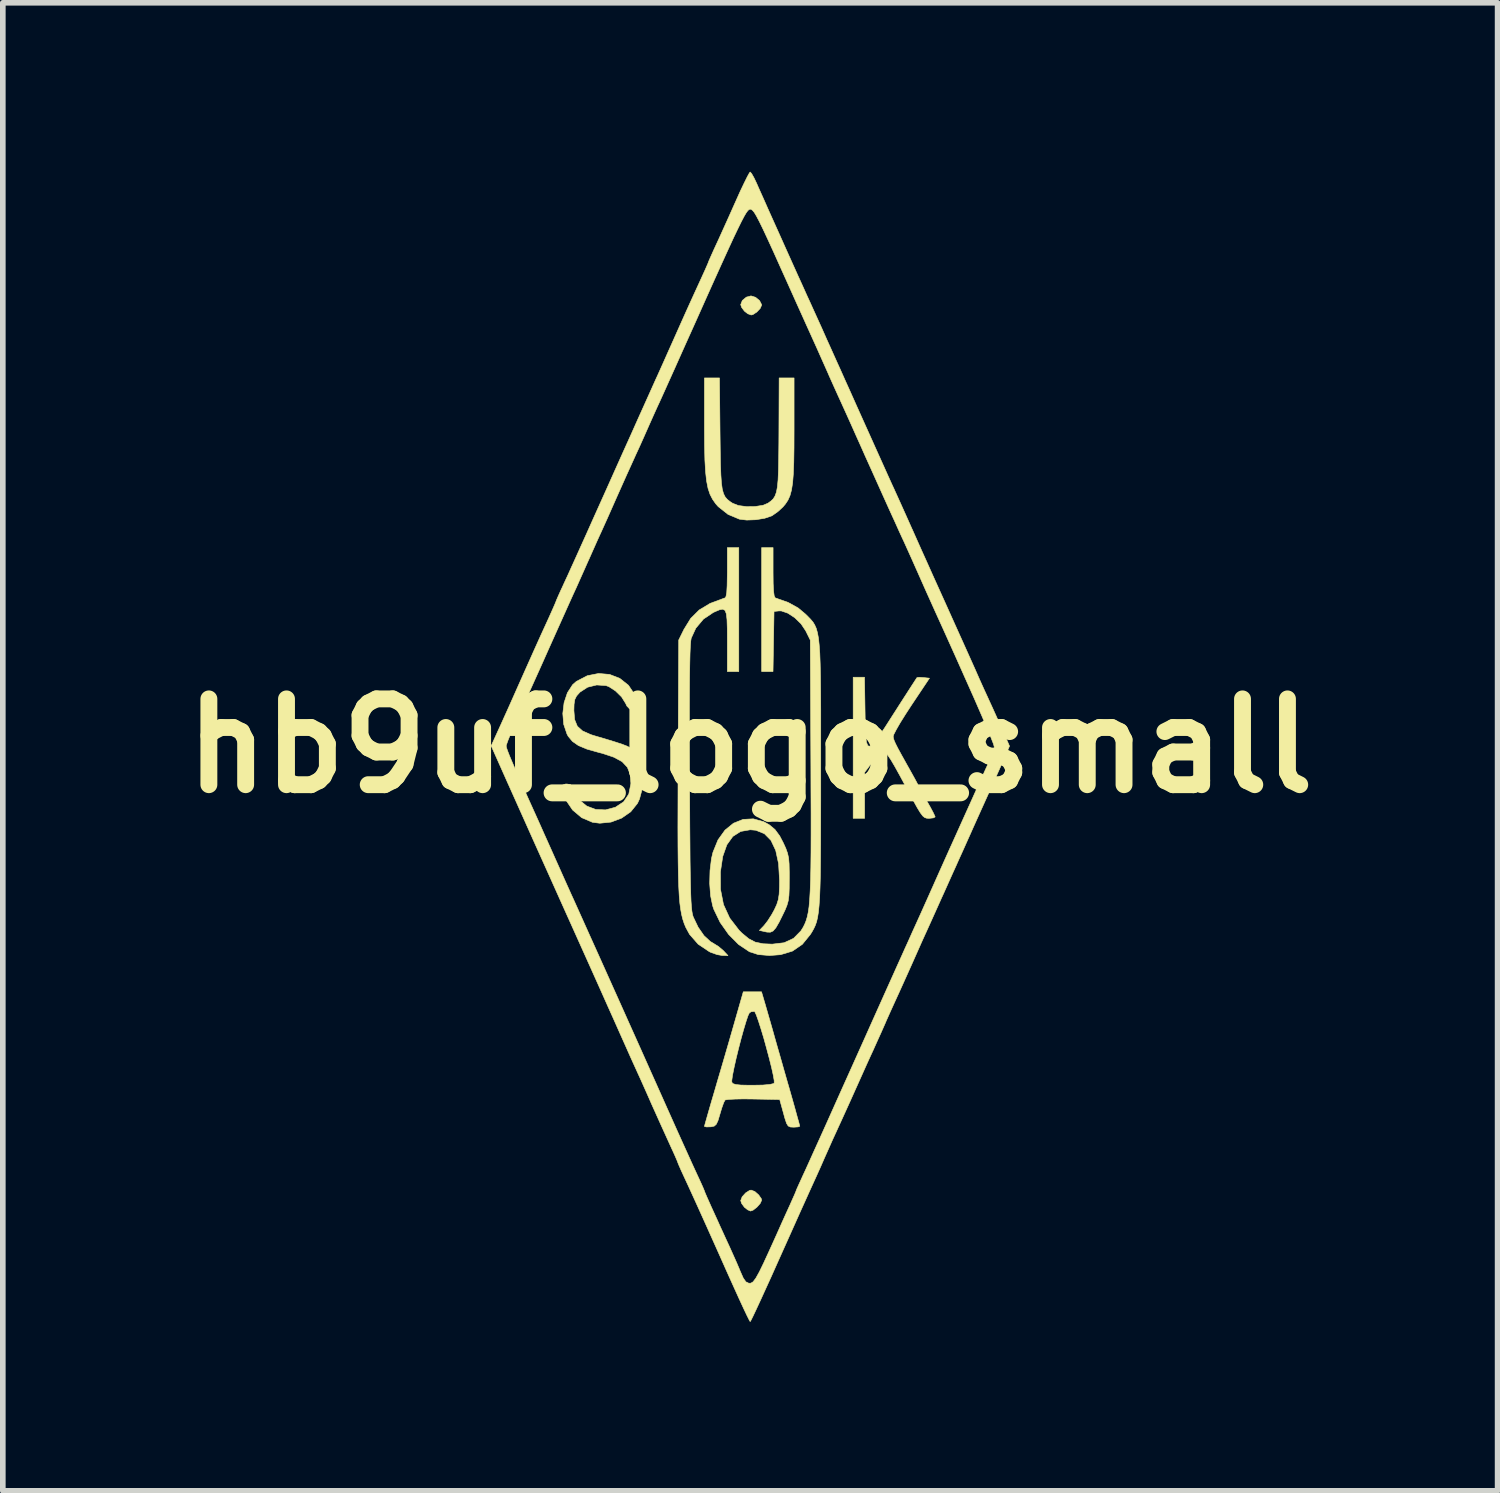
<source format=kicad_pcb>
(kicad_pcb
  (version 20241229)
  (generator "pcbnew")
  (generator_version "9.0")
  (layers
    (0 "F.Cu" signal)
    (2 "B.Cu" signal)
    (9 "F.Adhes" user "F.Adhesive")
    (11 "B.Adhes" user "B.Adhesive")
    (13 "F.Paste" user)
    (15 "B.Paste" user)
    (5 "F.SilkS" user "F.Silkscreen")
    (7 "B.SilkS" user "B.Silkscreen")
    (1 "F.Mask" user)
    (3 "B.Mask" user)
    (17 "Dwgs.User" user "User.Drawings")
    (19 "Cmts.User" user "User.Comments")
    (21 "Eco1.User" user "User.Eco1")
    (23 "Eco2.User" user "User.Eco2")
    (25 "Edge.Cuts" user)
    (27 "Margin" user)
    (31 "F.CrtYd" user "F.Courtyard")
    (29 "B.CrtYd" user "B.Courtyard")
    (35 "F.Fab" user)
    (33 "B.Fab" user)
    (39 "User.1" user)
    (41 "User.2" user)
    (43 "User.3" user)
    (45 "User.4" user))
  (footprint "hb9uf_logo_small"
    (layer "F.Cu")
    (at 10.276 10.199)
    (property "Reference" "hb9uf_logo_small" (at 0 0 0) (layer "F.SilkS") (effects (font (size 1.524 1.524) (thickness 0.3))))
    (attr through_hole)
    (fp_poly (pts (xy 0.095 -7.968) (xy 0.166 -7.909) (xy 0.202 -7.839) (xy 0.203 -7.829) (xy 0.177 -7.77) (xy 0.117 -7.706) (xy 0.048 -7.661) (xy 0.017 -7.654) (xy -0.043 -7.676) (xy -0.102 -7.722) (xy -0.152 -7.788) (xy -0.169 -7.838) (xy -0.14 -7.912) (xy -0.068 -7.971) (xy 0.014 -7.993) (xy 0.095 -7.968)) (stroke (width 0.01) (type solid)) (fill yes) (layer "F.SilkS"))
    (fp_poly (pts (xy 0.082 7.916) (xy 0.15 7.976) (xy 0.197 8.043) (xy 0.203 8.071) (xy 0.178 8.127) (xy 0.119 8.194) (xy 0.051 8.247) (xy 0.006 8.263) (xy -0.045 8.241) (xy -0.102 8.196) (xy -0.152 8.129) (xy -0.169 8.077) (xy -0.143 8.01) (xy -0.081 7.941) (xy -0.01 7.896) (xy 0.017 7.891) (xy 0.082 7.916)) (stroke (width 0.01) (type solid)) (fill yes) (layer "F.SilkS"))
    (fp_poly (pts (xy -0.536 -5.544) (xy -0.532 -5.243) (xy -0.528 -5.001) (xy -0.521 -4.812) (xy -0.511 -4.667) (xy -0.496 -4.559) (xy -0.474 -4.48) (xy -0.445 -4.422) (xy -0.407 -4.378) (xy -0.358 -4.339) (xy -0.314 -4.31) (xy -0.209 -4.269) (xy -0.065 -4.25) (xy 0.09 -4.252) (xy 0.229 -4.274) (xy 0.314 -4.31) (xy 0.366 -4.347) (xy 0.408 -4.386) (xy 0.44 -4.437) (xy 0.465 -4.505) (xy 0.483 -4.599) (xy 0.495 -4.726) (xy 0.502 -4.895) (xy 0.506 -5.112) (xy 0.509 -5.385) (xy 0.51 -5.55) (xy 0.514 -6.536) (xy 0.779 -6.536) (xy 0.779 -5.611) (xy 0.778 -5.294) (xy 0.774 -5.037) (xy 0.766 -4.832) (xy 0.753 -4.67) (xy 0.733 -4.543) (xy 0.706 -4.444) (xy 0.67 -4.364) (xy 0.625 -4.296) (xy 0.582 -4.245) (xy 0.492 -4.162) (xy 0.396 -4.094) (xy 0.381 -4.085) (xy 0.257 -4.043) (xy 0.099 -4.017) (xy -0.062 -4.011) (xy -0.192 -4.027) (xy -0.394 -4.112) (xy -0.568 -4.25) (xy -0.613 -4.301) (xy -0.669 -4.381) (xy -0.714 -4.469) (xy -0.749 -4.574) (xy -0.775 -4.706) (xy -0.793 -4.87) (xy -0.805 -5.077) (xy -0.811 -5.335) (xy -0.813 -5.651) (xy -0.813 -5.68) (xy -0.813 -6.536) (xy -0.546 -6.536) (xy -0.536 -5.544)) (stroke (width 0.01) (type solid)) (fill yes) (layer "F.SilkS"))
    (fp_poly (pts (xy 2.04 -0.601) (xy 2.044 -0.365) (xy 2.051 -0.186) (xy 2.065 -0.064) (xy 2.091 -0.000455) (xy 2.132 0.006) (xy 2.192 -0.045) (xy 2.275 -0.153) (xy 2.387 -0.318) (xy 2.529 -0.54) (xy 2.563 -0.593) (xy 2.678 -0.773) (xy 2.781 -0.933) (xy 2.866 -1.065) (xy 2.927 -1.159) (xy 2.959 -1.208) (xy 2.963 -1.213) (xy 3 -1.218) (xy 3.076 -1.213) (xy 3.079 -1.213) (xy 3.184 -1.202) (xy 2.862 -0.72) (xy 2.756 -0.557) (xy 2.664 -0.41) (xy 2.594 -0.288) (xy 2.551 -0.204) (xy 2.54 -0.171) (xy 2.543 -0.14) (xy 2.555 -0.1) (xy 2.58 -0.042) (xy 2.623 0.043) (xy 2.689 0.164) (xy 2.781 0.329) (xy 2.85 0.452) (xy 2.911 0.562) (xy 2.957 0.646) (xy 2.979 0.69) (xy 2.98 0.693) (xy 2.996 0.725) (xy 3.038 0.802) (xy 3.098 0.91) (xy 3.132 0.97) (xy 3.2 1.09) (xy 3.252 1.188) (xy 3.281 1.25) (xy 3.285 1.262) (xy 3.255 1.279) (xy 3.183 1.287) (xy 3.175 1.287) (xy 3.134 1.285) (xy 3.099 1.273) (xy 3.064 1.244) (xy 3.022 1.188) (xy 2.967 1.098) (xy 2.894 0.966) (xy 2.796 0.784) (xy 2.78 0.754) (xy 2.663 0.536) (xy 2.572 0.372) (xy 2.503 0.254) (xy 2.45 0.175) (xy 2.41 0.128) (xy 2.377 0.106) (xy 2.353 0.102) (xy 2.313 0.127) (xy 2.248 0.193) (xy 2.172 0.286) (xy 2.172 0.286) (xy 2.032 0.471) (xy 2.032 1.287) (xy 1.829 1.287) (xy 1.829 -1.219) (xy 2.03 -1.219) (xy 2.04 -0.601)) (stroke (width 0.01) (type solid)) (fill yes) (layer "F.SilkS"))
    (fp_poly (pts (xy -0.203 -1.321) (xy -0.406 -1.321) (xy -0.406 -1.864) (xy -0.407 -2.082) (xy -0.412 -2.241) (xy -0.424 -2.346) (xy -0.447 -2.406) (xy -0.485 -2.428) (xy -0.541 -2.419) (xy -0.62 -2.386) (xy -0.657 -2.369) (xy -0.83 -2.253) (xy -0.966 -2.091) (xy -1.048 -1.913) (xy -1.056 -1.864) (xy -1.063 -1.774) (xy -1.069 -1.642) (xy -1.073 -1.463) (xy -1.077 -1.235) (xy -1.079 -0.954) (xy -1.08 -0.617) (xy -1.08 -0.221) (xy -1.078 0.238) (xy -1.077 0.559) (xy -1.075 1.019) (xy -1.073 1.417) (xy -1.07 1.756) (xy -1.068 2.043) (xy -1.064 2.282) (xy -1.06 2.477) (xy -1.056 2.635) (xy -1.051 2.759) (xy -1.044 2.855) (xy -1.037 2.927) (xy -1.028 2.981) (xy -1.018 3.021) (xy -1.011 3.041) (xy -0.925 3.221) (xy -0.821 3.371) (xy -0.709 3.475) (xy -0.665 3.501) (xy -0.563 3.564) (xy -0.476 3.638) (xy -0.395 3.725) (xy -0.494 3.724) (xy -0.587 3.708) (xy -0.698 3.669) (xy -0.727 3.655) (xy -0.925 3.522) (xy -1.078 3.347) (xy -1.146 3.221) (xy -1.174 3.152) (xy -1.198 3.079) (xy -1.218 2.999) (xy -1.235 2.906) (xy -1.25 2.794) (xy -1.261 2.658) (xy -1.27 2.494) (xy -1.276 2.296) (xy -1.28 2.059) (xy -1.283 1.778) (xy -1.284 1.447) (xy -1.283 1.062) (xy -1.282 0.618) (xy -1.281 0.339) (xy -1.27 -1.88) (xy -1.176 -2.071) (xy -1.057 -2.264) (xy -0.906 -2.414) (xy -0.712 -2.531) (xy -0.464 -2.623) (xy -0.449 -2.627) (xy -0.43 -2.653) (xy -0.417 -2.724) (xy -0.41 -2.846) (xy -0.407 -3.026) (xy -0.406 -3.081) (xy -0.406 -3.522) (xy -0.203 -3.522) (xy -0.203 -1.321)) (stroke (width 0.01) (type solid)) (fill yes) (layer "F.SilkS"))
    (fp_poly (pts (xy -2.497 -1.269) (xy -2.317 -1.199) (xy -2.163 -1.077) (xy -2.048 -0.906) (xy -2.045 -0.901) (xy -1.991 -0.776) (xy -1.97 -0.699) (xy -1.984 -0.659) (xy -2.033 -0.644) (xy -2.065 -0.643) (xy -2.142 -0.656) (xy -2.191 -0.708) (xy -2.213 -0.755) (xy -2.285 -0.87) (xy -2.393 -0.976) (xy -2.51 -1.052) (xy -2.562 -1.071) (xy -2.727 -1.082) (xy -2.889 -1.042) (xy -3.023 -0.955) (xy -3.027 -0.951) (xy -3.085 -0.886) (xy -3.116 -0.823) (xy -3.129 -0.738) (xy -3.132 -0.629) (xy -3.119 -0.467) (xy -3.071 -0.349) (xy -2.978 -0.265) (xy -2.831 -0.2) (xy -2.781 -0.184) (xy -2.56 -0.119) (xy -2.394 -0.068) (xy -2.275 -0.029) (xy -2.192 0.003) (xy -2.136 0.031) (xy -2.098 0.06) (xy -2.069 0.092) (xy -2.051 0.116) (xy -1.953 0.3) (xy -1.906 0.512) (xy -1.91 0.733) (xy -1.967 0.945) (xy -2.003 1.022) (xy -2.122 1.17) (xy -2.284 1.283) (xy -2.473 1.354) (xy -2.672 1.374) (xy -2.803 1.357) (xy -2.994 1.275) (xy -3.155 1.139) (xy -3.264 0.978) (xy -3.327 0.839) (xy -3.35 0.749) (xy -3.335 0.698) (xy -3.281 0.678) (xy -3.259 0.677) (xy -3.195 0.687) (xy -3.153 0.728) (xy -3.115 0.818) (xy -3.115 0.82) (xy -3.031 0.965) (xy -2.904 1.069) (xy -2.746 1.129) (xy -2.571 1.137) (xy -2.394 1.09) (xy -2.394 1.09) (xy -2.248 0.993) (xy -2.157 0.857) (xy -2.121 0.679) (xy -2.12 0.66) (xy -2.133 0.504) (xy -2.182 0.38) (xy -2.275 0.281) (xy -2.42 0.202) (xy -2.623 0.134) (xy -2.697 0.115) (xy -2.902 0.057) (xy -3.052 -0.006) (xy -3.158 -0.08) (xy -3.234 -0.172) (xy -3.255 -0.211) (xy -3.313 -0.383) (xy -3.329 -0.575) (xy -3.306 -0.767) (xy -3.247 -0.944) (xy -3.155 -1.086) (xy -3.087 -1.146) (xy -2.894 -1.246) (xy -2.693 -1.286) (xy -2.497 -1.269)) (stroke (width 0.01) (type solid)) (fill yes) (layer "F.SilkS"))
    (fp_poly (pts (xy 0.268 4.597) (xy 0.313 4.753) (xy 0.365 4.933) (xy 0.407 5.08) (xy 0.438 5.191) (xy 0.484 5.353) (xy 0.541 5.551) (xy 0.603 5.77) (xy 0.668 5.997) (xy 0.68 6.037) (xy 0.739 6.244) (xy 0.791 6.428) (xy 0.833 6.581) (xy 0.864 6.691) (xy 0.879 6.75) (xy 0.881 6.756) (xy 0.851 6.768) (xy 0.779 6.773) (xy 0.77 6.773) (xy 0.713 6.77) (xy 0.675 6.752) (xy 0.646 6.706) (xy 0.616 6.616) (xy 0.592 6.528) (xy 0.524 6.282) (xy 0.053 6.273) (xy -0.12 6.271) (xy -0.268 6.274) (xy -0.38 6.28) (xy -0.441 6.289) (xy -0.447 6.292) (xy -0.471 6.338) (xy -0.504 6.429) (xy -0.537 6.539) (xy -0.572 6.656) (xy -0.603 6.722) (xy -0.639 6.754) (xy -0.694 6.766) (xy -0.706 6.767) (xy -0.779 6.769) (xy -0.813 6.76) (xy -0.813 6.759) (xy -0.804 6.723) (xy -0.778 6.631) (xy -0.739 6.494) (xy -0.689 6.321) (xy -0.63 6.121) (xy -0.606 6.038) (xy -0.578 5.942) (xy -0.327 5.942) (xy -0.327 5.976) (xy -0.305 6) (xy -0.255 6.016) (xy -0.164 6.025) (xy -0.021 6.028) (xy 0.048 6.028) (xy 0.224 6.025) (xy 0.349 6.014) (xy 0.417 5.998) (xy 0.426 5.991) (xy 0.426 5.945) (xy 0.409 5.848) (xy 0.379 5.712) (xy 0.338 5.549) (xy 0.291 5.373) (xy 0.242 5.195) (xy 0.192 5.029) (xy 0.146 4.886) (xy 0.108 4.779) (xy 0.081 4.722) (xy 0.074 4.716) (xy 0.015 4.723) (xy -0.016 4.745) (xy -0.04 4.795) (xy -0.074 4.896) (xy -0.116 5.036) (xy -0.162 5.201) (xy -0.208 5.379) (xy -0.251 5.555) (xy -0.287 5.716) (xy -0.314 5.85) (xy -0.327 5.942) (xy -0.578 5.942) (xy -0.533 5.79) (xy -0.456 5.527) (xy -0.381 5.269) (xy -0.314 5.036) (xy -0.261 4.851) (xy -0.123 4.369) (xy 0.201 4.369) (xy 0.268 4.597)) (stroke (width 0.01) (type solid)) (fill yes) (layer "F.SilkS"))
    (fp_poly (pts (xy 0.406 -3.081) (xy 0.408 -2.885) (xy 0.415 -2.749) (xy 0.426 -2.666) (xy 0.443 -2.63) (xy 0.449 -2.627) (xy 0.674 -2.548) (xy 0.851 -2.45) (xy 0.984 -2.339) (xy 1.034 -2.289) (xy 1.077 -2.244) (xy 1.115 -2.199) (xy 1.146 -2.148) (xy 1.173 -2.087) (xy 1.194 -2.012) (xy 1.212 -1.916) (xy 1.225 -1.795) (xy 1.236 -1.645) (xy 1.243 -1.459) (xy 1.248 -1.234) (xy 1.251 -0.964) (xy 1.253 -0.645) (xy 1.253 -0.271) (xy 1.253 0.163) (xy 1.253 0.49) (xy 1.253 0.968) (xy 1.252 1.384) (xy 1.251 1.741) (xy 1.249 2.046) (xy 1.246 2.304) (xy 1.24 2.519) (xy 1.233 2.696) (xy 1.223 2.84) (xy 1.211 2.957) (xy 1.196 3.051) (xy 1.178 3.127) (xy 1.155 3.191) (xy 1.129 3.247) (xy 1.099 3.301) (xy 1.069 3.349) (xy 0.926 3.525) (xy 0.751 3.645) (xy 0.54 3.709) (xy 0.343 3.724) (xy 0.142 3.707) (xy -0.014 3.657) (xy -0.016 3.655) (xy -0.206 3.528) (xy -0.383 3.35) (xy -0.534 3.136) (xy -0.646 2.904) (xy -0.667 2.841) (xy -0.704 2.661) (xy -0.72 2.444) (xy -0.714 2.215) (xy -0.688 2.001) (xy -0.662 1.891) (xy -0.572 1.67) (xy -0.448 1.497) (xy -0.297 1.374) (xy -0.127 1.306) (xy 0.054 1.296) (xy 0.24 1.347) (xy 0.342 1.404) (xy 0.44 1.486) (xy 0.524 1.6) (xy 0.587 1.721) (xy 0.633 1.822) (xy 0.663 1.906) (xy 0.682 1.991) (xy 0.691 2.097) (xy 0.694 2.241) (xy 0.694 2.354) (xy 0.693 2.529) (xy 0.688 2.656) (xy 0.676 2.75) (xy 0.653 2.832) (xy 0.618 2.918) (xy 0.588 2.98) (xy 0.513 3.132) (xy 0.455 3.232) (xy 0.406 3.288) (xy 0.358 3.31) (xy 0.299 3.308) (xy 0.274 3.303) (xy 0.163 3.278) (xy 0.248 3.189) (xy 0.311 3.108) (xy 0.383 2.995) (xy 0.428 2.913) (xy 0.472 2.818) (xy 0.499 2.732) (xy 0.514 2.635) (xy 0.52 2.505) (xy 0.521 2.388) (xy 0.504 2.093) (xy 0.453 1.857) (xy 0.369 1.679) (xy 0.252 1.56) (xy 0.1 1.499) (xy 0.001 1.49) (xy -0.17 1.52) (xy -0.309 1.609) (xy -0.415 1.757) (xy -0.488 1.964) (xy -0.528 2.23) (xy -0.529 2.239) (xy -0.528 2.547) (xy -0.475 2.818) (xy -0.365 3.058) (xy -0.198 3.275) (xy -0.148 3.325) (xy -0.028 3.425) (xy 0.089 3.486) (xy 0.228 3.515) (xy 0.392 3.522) (xy 0.602 3.497) (xy 0.77 3.419) (xy 0.9 3.287) (xy 0.939 3.225) (xy 0.967 3.17) (xy 0.991 3.111) (xy 1.012 3.042) (xy 1.03 2.959) (xy 1.045 2.858) (xy 1.056 2.732) (xy 1.065 2.577) (xy 1.072 2.388) (xy 1.077 2.16) (xy 1.08 1.888) (xy 1.081 1.568) (xy 1.081 1.193) (xy 1.079 0.76) (xy 1.078 0.373) (xy 1.067 -1.88) (xy 0.986 -2.044) (xy 0.903 -2.168) (xy 0.791 -2.277) (xy 0.669 -2.357) (xy 0.553 -2.397) (xy 0.508 -2.397) (xy 0.423 -2.388) (xy 0.414 -1.854) (xy 0.405 -1.321) (xy 0.203 -1.321) (xy 0.203 -3.522) (xy 0.406 -3.522) (xy 0.406 -3.081)) (stroke (width 0.01) (type solid)) (fill yes) (layer "F.SilkS"))
    (fp_poly (pts (xy 0.025 -10.165) (xy 0.067 -10.091) (xy 0.111 -9.999) (xy 0.161 -9.885) (xy 0.234 -9.723) (xy 0.322 -9.524) (xy 0.423 -9.299) (xy 0.531 -9.059) (xy 0.64 -8.815) (xy 0.747 -8.577) (xy 0.846 -8.357) (xy 0.933 -8.166) (xy 1.001 -8.014) (xy 1.048 -7.912) (xy 1.05 -7.908) (xy 1.115 -7.764) (xy 1.194 -7.59) (xy 1.273 -7.416) (xy 1.295 -7.366) (xy 1.365 -7.208) (xy 1.437 -7.049) (xy 1.497 -6.915) (xy 1.515 -6.875) (xy 1.55 -6.797) (xy 1.609 -6.667) (xy 1.686 -6.494) (xy 1.779 -6.288) (xy 1.882 -6.057) (xy 1.992 -5.812) (xy 2.032 -5.723) (xy 2.145 -5.472) (xy 2.254 -5.229) (xy 2.355 -5.005) (xy 2.443 -4.809) (xy 2.514 -4.652) (xy 2.564 -4.544) (xy 2.574 -4.521) (xy 2.63 -4.398) (xy 2.704 -4.234) (xy 2.787 -4.049) (xy 2.87 -3.863) (xy 2.879 -3.844) (xy 2.947 -3.691) (xy 3.036 -3.491) (xy 3.142 -3.256) (xy 3.256 -3.001) (xy 3.374 -2.74) (xy 3.472 -2.523) (xy 3.582 -2.278) (xy 3.69 -2.038) (xy 3.791 -1.814) (xy 3.879 -1.618) (xy 3.95 -1.46) (xy 3.997 -1.355) (xy 4.07 -1.189) (xy 4.15 -1.011) (xy 4.222 -0.855) (xy 4.233 -0.83) (xy 4.3 -0.684) (xy 4.379 -0.509) (xy 4.456 -0.336) (xy 4.475 -0.294) (xy 4.606 0.004) (xy 4.5 0.248) (xy 4.424 0.421) (xy 4.348 0.591) (xy 4.264 0.778) (xy 4.162 1.004) (xy 4.149 1.033) (xy 4.092 1.159) (xy 4.02 1.319) (xy 3.946 1.484) (xy 3.921 1.541) (xy 3.85 1.699) (xy 3.779 1.858) (xy 3.718 1.992) (xy 3.7 2.032) (xy 3.656 2.131) (xy 3.591 2.274) (xy 3.514 2.446) (xy 3.432 2.629) (xy 3.403 2.692) (xy 3.321 2.875) (xy 3.241 3.053) (xy 3.171 3.208) (xy 3.118 3.325) (xy 3.105 3.353) (xy 3.052 3.47) (xy 2.984 3.623) (xy 2.912 3.785) (xy 2.886 3.844) (xy 2.811 4.011) (xy 2.731 4.189) (xy 2.66 4.346) (xy 2.642 4.386) (xy 2.576 4.53) (xy 2.497 4.704) (xy 2.419 4.878) (xy 2.398 4.928) (xy 2.328 5.086) (xy 2.256 5.245) (xy 2.196 5.379) (xy 2.178 5.419) (xy 2.133 5.516) (xy 2.068 5.659) (xy 1.991 5.831) (xy 1.908 6.016) (xy 1.872 6.096) (xy 1.786 6.288) (xy 1.699 6.48) (xy 1.62 6.654) (xy 1.557 6.791) (xy 1.54 6.829) (xy 1.466 6.99) (xy 1.385 7.172) (xy 1.319 7.32) (xy 1.25 7.478) (xy 1.168 7.66) (xy 1.091 7.829) (xy 1.086 7.84) (xy 1.042 7.937) (xy 0.975 8.086) (xy 0.888 8.278) (xy 0.788 8.502) (xy 0.677 8.75) (xy 0.56 9.011) (xy 0.489 9.169) (xy 0.378 9.418) (xy 0.274 9.646) (xy 0.183 9.846) (xy 0.106 10.012) (xy 0.048 10.135) (xy 0.011 10.209) (xy -0.001 10.227) (xy -0.018 10.198) (xy -0.06 10.114) (xy -0.122 9.983) (xy -0.2 9.814) (xy -0.291 9.613) (xy -0.392 9.389) (xy -0.422 9.322) (xy -0.56 9.012) (xy -0.676 8.753) (xy -0.774 8.534) (xy -0.86 8.343) (xy -0.938 8.17) (xy -1.014 8.003) (xy -1.093 7.83) (xy -1.168 7.668) (xy -1.223 7.549) (xy -1.264 7.456) (xy -1.285 7.405) (xy -1.287 7.399) (xy -1.3 7.365) (xy -1.334 7.286) (xy -1.382 7.179) (xy -1.385 7.174) (xy -1.498 6.925) (xy -1.592 6.718) (xy -1.675 6.533) (xy -1.757 6.351) (xy -1.802 6.248) (xy -1.872 6.09) (xy -1.943 5.931) (xy -2.004 5.797) (xy -2.022 5.757) (xy -2.068 5.656) (xy -2.134 5.51) (xy -2.21 5.339) (xy -2.29 5.16) (xy -2.303 5.131) (xy -2.355 5.014) (xy -2.431 4.843) (xy -2.529 4.625) (xy -2.643 4.369) (xy -2.771 4.083) (xy -2.91 3.773) (xy -3.056 3.448) (xy -3.205 3.116) (xy -3.251 3.014) (xy -3.405 2.671) (xy -3.56 2.325) (xy -3.713 1.985) (xy -3.859 1.66) (xy -3.993 1.36) (xy -4.113 1.092) (xy -4.214 0.866) (xy -4.292 0.692) (xy -4.303 0.668) (xy -4.6 0.001) (xy -4.335 0.001) (xy -4.329 0.032) (xy -4.31 0.088) (xy -4.276 0.175) (xy -4.224 0.298) (xy -4.153 0.462) (xy -4.06 0.672) (xy -3.944 0.932) (xy -3.801 1.249) (xy -3.776 1.304) (xy -3.728 1.411) (xy -3.661 1.562) (xy -3.582 1.738) (xy -3.5 1.921) (xy -3.481 1.964) (xy -3.4 2.145) (xy -3.322 2.32) (xy -3.253 2.474) (xy -3.202 2.587) (xy -3.193 2.608) (xy -3.14 2.724) (xy -3.063 2.895) (xy -2.966 3.111) (xy -2.852 3.365) (xy -2.724 3.649) (xy -2.587 3.954) (xy -2.444 4.273) (xy -2.298 4.598) (xy -2.154 4.92) (xy -2.014 5.232) (xy -1.883 5.525) (xy -1.764 5.792) (xy -1.66 6.024) (xy -1.643 6.062) (xy -1.503 6.376) (xy -1.387 6.635) (xy -1.291 6.85) (xy -1.211 7.027) (xy -1.144 7.175) (xy -1.086 7.303) (xy -1.034 7.418) (xy -0.983 7.529) (xy -0.93 7.644) (xy -0.928 7.648) (xy -0.874 7.765) (xy -0.834 7.855) (xy -0.814 7.904) (xy -0.813 7.908) (xy -0.8 7.942) (xy -0.765 8.023) (xy -0.715 8.135) (xy -0.693 8.185) (xy -0.624 8.336) (xy -0.573 8.448) (xy -0.531 8.542) (xy -0.487 8.637) (xy -0.433 8.756) (xy -0.371 8.89) (xy -0.304 9.039) (xy -0.241 9.18) (xy -0.193 9.293) (xy -0.178 9.33) (xy -0.124 9.452) (xy -0.077 9.52) (xy -0.025 9.545) (xy 0.011 9.544) (xy 0.051 9.52) (xy 0.1 9.455) (xy 0.163 9.342) (xy 0.245 9.173) (xy 0.251 9.159) (xy 0.328 8.992) (xy 0.403 8.827) (xy 0.467 8.685) (xy 0.505 8.6) (xy 0.561 8.474) (xy 0.631 8.319) (xy 0.699 8.17) (xy 0.7 8.168) (xy 0.752 8.051) (xy 0.792 7.961) (xy 0.812 7.913) (xy 0.813 7.909) (xy 0.826 7.875) (xy 0.862 7.795) (xy 0.914 7.681) (xy 0.944 7.615) (xy 0.983 7.531) (xy 1.046 7.392) (xy 1.13 7.205) (xy 1.234 6.976) (xy 1.353 6.712) (xy 1.484 6.419) (xy 1.625 6.104) (xy 1.773 5.775) (xy 1.872 5.554) (xy 2.021 5.222) (xy 2.163 4.904) (xy 2.297 4.605) (xy 2.419 4.333) (xy 2.527 4.093) (xy 2.617 3.892) (xy 2.688 3.735) (xy 2.735 3.63) (xy 2.753 3.59) (xy 2.806 3.474) (xy 2.874 3.321) (xy 2.953 3.147) (xy 3.034 2.968) (xy 3.11 2.798) (xy 3.175 2.653) (xy 3.221 2.549) (xy 3.233 2.523) (xy 3.342 2.278) (xy 3.448 2.041) (xy 3.565 1.78) (xy 3.574 1.761) (xy 3.688 1.508) (xy 3.783 1.297) (xy 3.867 1.111) (xy 3.949 0.929) (xy 4.036 0.735) (xy 4.054 0.694) (xy 4.124 0.54) (xy 4.191 0.393) (xy 4.246 0.276) (xy 4.271 0.222) (xy 4.311 0.122) (xy 4.333 0.035) (xy 4.335 0.017) (xy 4.321 -0.034) (xy 4.277 -0.147) (xy 4.206 -0.319) (xy 4.106 -0.552) (xy 3.978 -0.846) (xy 3.821 -1.198) (xy 3.637 -1.611) (xy 3.425 -2.082) (xy 3.286 -2.388) (xy 3.202 -2.575) (xy 3.128 -2.739) (xy 3.053 -2.908) (xy 2.964 -3.109) (xy 2.953 -3.133) (xy 2.879 -3.3) (xy 2.799 -3.478) (xy 2.728 -3.635) (xy 2.709 -3.675) (xy 2.651 -3.801) (xy 2.572 -3.977) (xy 2.475 -4.189) (xy 2.369 -4.424) (xy 2.258 -4.671) (xy 2.148 -4.916) (xy 2.044 -5.146) (xy 1.954 -5.349) (xy 1.881 -5.511) (xy 1.862 -5.554) (xy 1.788 -5.72) (xy 1.708 -5.898) (xy 1.637 -6.054) (xy 1.626 -6.079) (xy 1.56 -6.223) (xy 1.481 -6.398) (xy 1.403 -6.572) (xy 1.382 -6.621) (xy 1.267 -6.879) (xy 1.176 -7.084) (xy 1.104 -7.243) (xy 1.064 -7.332) (xy 1.039 -7.387) (xy 0.99 -7.495) (xy 0.921 -7.649) (xy 0.834 -7.841) (xy 0.735 -8.062) (xy 0.626 -8.305) (xy 0.545 -8.484) (xy 0.417 -8.77) (xy 0.312 -8.999) (xy 0.228 -9.179) (xy 0.162 -9.314) (xy 0.111 -9.411) (xy 0.072 -9.476) (xy 0.041 -9.513) (xy 0.016 -9.531) (xy -0.000303 -9.533) (xy -0.019 -9.528) (xy -0.042 -9.508) (xy -0.071 -9.469) (xy -0.108 -9.406) (xy -0.156 -9.315) (xy -0.217 -9.191) (xy -0.294 -9.03) (xy -0.388 -8.826) (xy -0.503 -8.574) (xy -0.64 -8.271) (xy -0.801 -7.912) (xy -0.833 -7.84) (xy -0.976 -7.52) (xy -1.112 -7.218) (xy -1.237 -6.939) (xy -1.349 -6.688) (xy -1.446 -6.473) (xy -1.524 -6.299) (xy -1.582 -6.171) (xy -1.616 -6.096) (xy -1.624 -6.079) (xy -1.651 -6.021) (xy -1.698 -5.917) (xy -1.758 -5.783) (xy -1.807 -5.673) (xy -1.883 -5.501) (xy -1.963 -5.322) (xy -2.036 -5.164) (xy -2.066 -5.097) (xy -2.121 -4.976) (xy -2.195 -4.813) (xy -2.278 -4.627) (xy -2.362 -4.439) (xy -2.378 -4.403) (xy -2.458 -4.222) (xy -2.536 -4.046) (xy -2.605 -3.893) (xy -2.656 -3.78) (xy -2.666 -3.759) (xy -2.719 -3.642) (xy -2.787 -3.489) (xy -2.859 -3.327) (xy -2.886 -3.268) (xy -2.956 -3.11) (xy -3.027 -2.951) (xy -3.087 -2.816) (xy -3.105 -2.777) (xy -3.146 -2.688) (xy -3.208 -2.551) (xy -3.286 -2.377) (xy -3.374 -2.181) (xy -3.467 -1.974) (xy -3.479 -1.947) (xy -3.589 -1.702) (xy -3.676 -1.506) (xy -3.747 -1.348) (xy -3.807 -1.215) (xy -3.861 -1.095) (xy -3.915 -0.975) (xy -3.975 -0.844) (xy -4.045 -0.69) (xy -4.112 -0.543) (xy -4.188 -0.372) (xy -4.253 -0.22) (xy -4.302 -0.099) (xy -4.33 -0.02) (xy -4.335 0.001) (xy -4.6 0.001) (xy -4.601 -0.001) (xy -4.482 -0.263) (xy -4.426 -0.385) (xy -4.377 -0.494) (xy -4.329 -0.6) (xy -4.277 -0.716) (xy -4.216 -0.853) (xy -4.141 -1.022) (xy -4.046 -1.235) (xy -3.985 -1.372) (xy -3.847 -1.681) (xy -3.719 -1.965) (xy -3.584 -2.26) (xy -3.552 -2.331) (xy -3.504 -2.439) (xy -3.469 -2.519) (xy -3.454 -2.556) (xy -3.454 -2.556) (xy -3.441 -2.59) (xy -3.406 -2.67) (xy -3.356 -2.781) (xy -3.339 -2.816) (xy -3.308 -2.885) (xy -3.278 -2.95) (xy -3.247 -3.016) (xy -3.214 -3.089) (xy -3.176 -3.174) (xy -3.129 -3.277) (xy -3.072 -3.403) (xy -3.002 -3.559) (xy -2.916 -3.749) (xy -2.813 -3.98) (xy -2.689 -4.256) (xy -2.542 -4.583) (xy -2.388 -4.928) (xy -2.253 -5.229) (xy -2.123 -5.517) (xy -2.003 -5.786) (xy -1.895 -6.026) (xy -1.802 -6.233) (xy -1.728 -6.398) (xy -1.676 -6.514) (xy -1.65 -6.57) (xy -1.605 -6.67) (xy -1.54 -6.815) (xy -1.464 -6.986) (xy -1.383 -7.167) (xy -1.362 -7.214) (xy -1.244 -7.479) (xy -1.147 -7.696) (xy -1.066 -7.875) (xy -0.995 -8.031) (xy -0.929 -8.175) (xy -0.862 -8.321) (xy -0.86 -8.326) (xy -0.807 -8.442) (xy -0.767 -8.533) (xy -0.746 -8.582) (xy -0.745 -8.586) (xy -0.732 -8.62) (xy -0.696 -8.701) (xy -0.645 -8.815) (xy -0.615 -8.88) (xy -0.554 -9.012) (xy -0.475 -9.187) (xy -0.385 -9.386) (xy -0.294 -9.59) (xy -0.255 -9.677) (xy -0.178 -9.849) (xy -0.108 -9.996) (xy -0.052 -10.109) (xy -0.014 -10.178) (xy -0.000227 -10.194) (xy 0.025 -10.165)) (stroke (width 0.01) (type solid)) (fill yes) (layer "F.SilkS")))
  (gr_rect
    (start -3 -3)
    (end 23.552 23.431)
    (stroke (width 0.1) (type default))
    (fill no)
    (layer "Edge.Cuts")))
</source>
